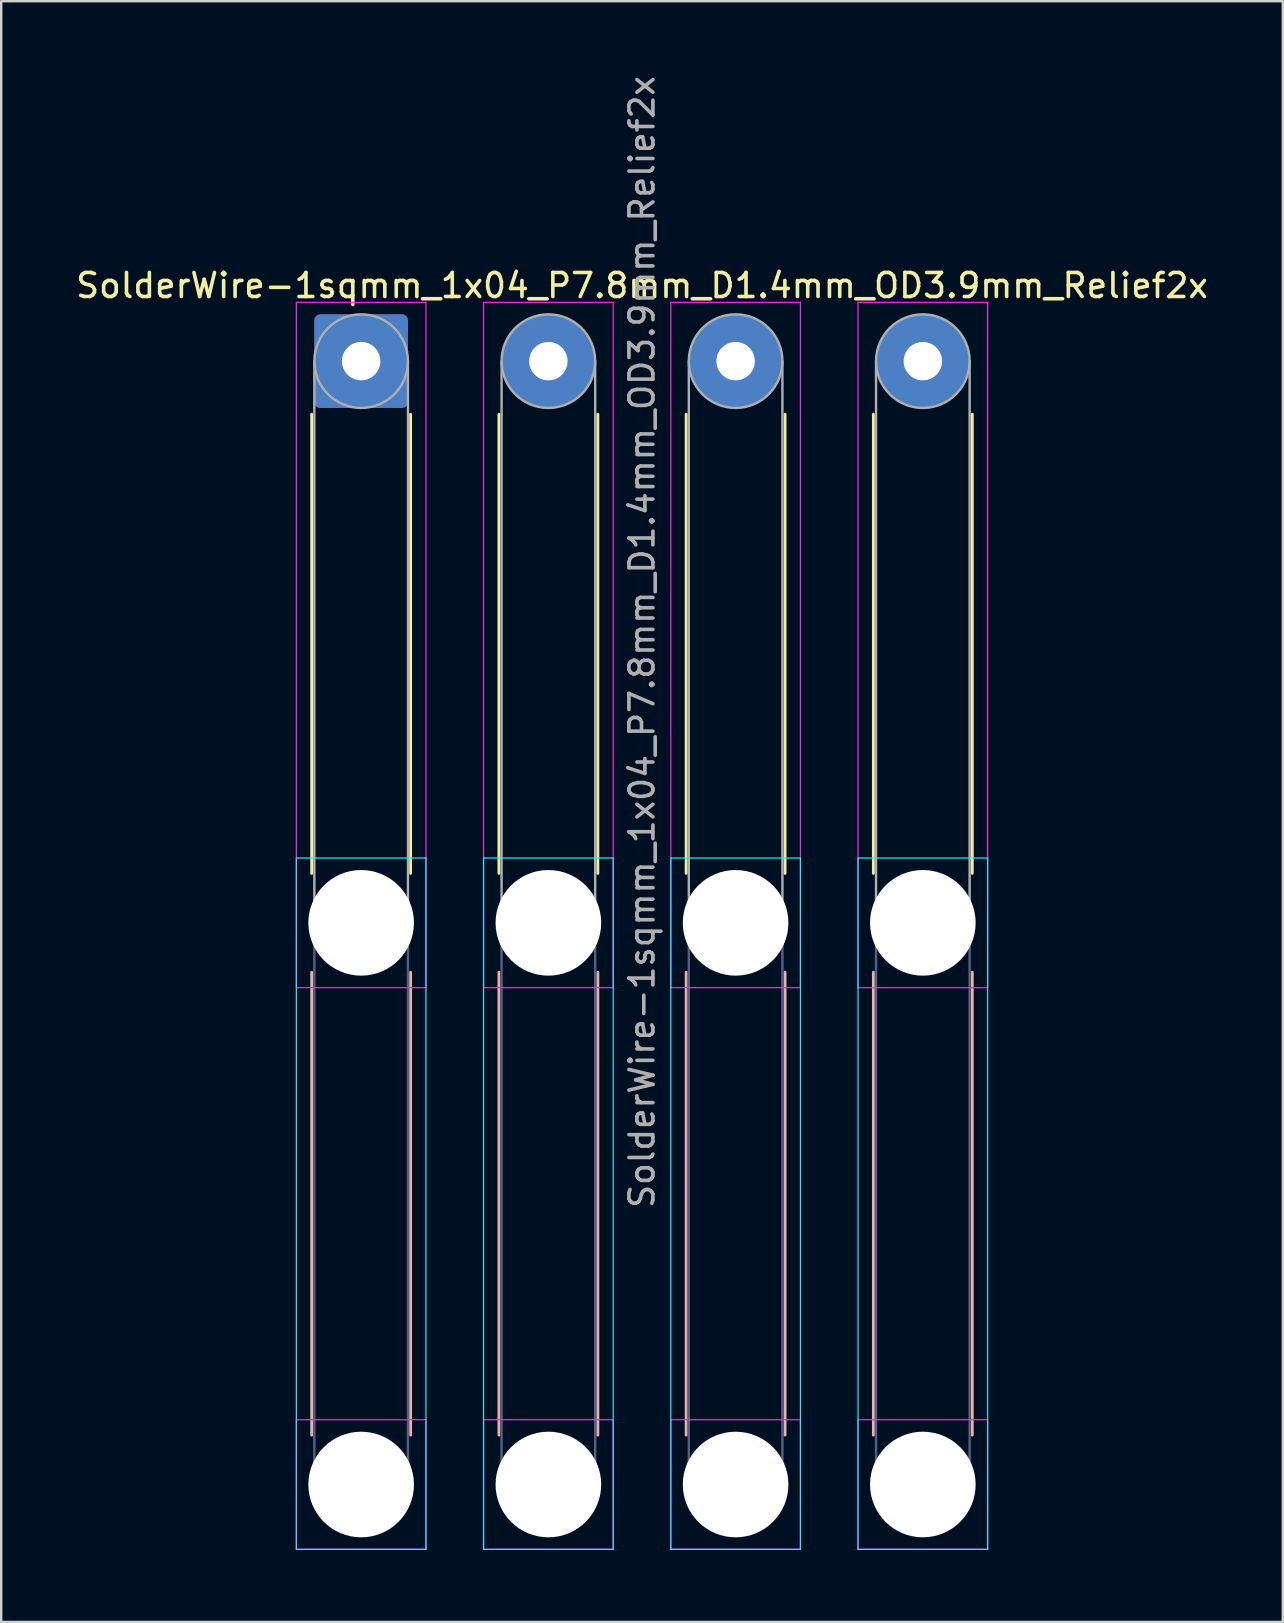
<source format=kicad_pcb>
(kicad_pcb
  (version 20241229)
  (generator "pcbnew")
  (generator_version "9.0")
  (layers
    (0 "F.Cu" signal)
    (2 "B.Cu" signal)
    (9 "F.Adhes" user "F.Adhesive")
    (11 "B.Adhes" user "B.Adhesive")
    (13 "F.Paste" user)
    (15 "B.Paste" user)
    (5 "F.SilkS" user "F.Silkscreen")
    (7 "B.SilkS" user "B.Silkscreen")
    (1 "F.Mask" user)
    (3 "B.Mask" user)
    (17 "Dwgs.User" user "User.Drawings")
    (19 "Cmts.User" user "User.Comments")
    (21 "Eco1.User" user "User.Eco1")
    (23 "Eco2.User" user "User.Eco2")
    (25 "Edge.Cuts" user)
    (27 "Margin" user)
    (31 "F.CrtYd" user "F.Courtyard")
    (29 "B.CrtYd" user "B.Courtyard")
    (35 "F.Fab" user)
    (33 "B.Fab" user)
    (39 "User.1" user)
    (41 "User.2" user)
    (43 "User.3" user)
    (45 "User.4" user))
  (footprint "SolderWire-1sqmm_1x04_P7.8mm_D1.4mm_OD3.9mm_Relief2x"
    (layer "F.Cu")
    (at 11.996 11.996)
    (property "Reference" "SolderWire-1sqmm_1x04_P7.8mm_D1.4mm_OD3.9mm_Relief2x" (at 11.7 -3.15 0) (layer "F.SilkS") (effects (font (size 1 1) (thickness 0.15))))
    (attr exclude_from_pos_files exclude_from_bom)
    (fp_line (start -2.06 2.21) (end -2.06 21.34) (stroke (width 0.12) (type solid)) (layer "F.SilkS"))
    (fp_line (start 2.06 2.21) (end 2.06 21.34) (stroke (width 0.12) (type solid)) (layer "F.SilkS"))
    (fp_line (start 5.74 2.21) (end 5.74 21.34) (stroke (width 0.12) (type solid)) (layer "F.SilkS"))
    (fp_line (start 9.86 2.21) (end 9.86 21.34) (stroke (width 0.12) (type solid)) (layer "F.SilkS"))
    (fp_line (start 13.54 2.21) (end 13.54 21.34) (stroke (width 0.12) (type solid)) (layer "F.SilkS"))
    (fp_line (start 17.66 2.21) (end 17.66 21.34) (stroke (width 0.12) (type solid)) (layer "F.SilkS"))
    (fp_line (start 21.34 2.21) (end 21.34 21.34) (stroke (width 0.12) (type solid)) (layer "F.SilkS"))
    (fp_line (start 25.46 2.21) (end 25.46 21.34) (stroke (width 0.12) (type solid)) (layer "F.SilkS"))
    (fp_line (start -2.06 25.46) (end -2.06 44.74) (stroke (width 0.12) (type solid)) (layer "B.SilkS"))
    (fp_line (start 2.06 25.46) (end 2.06 44.74) (stroke (width 0.12) (type solid)) (layer "B.SilkS"))
    (fp_line (start 5.74 25.46) (end 5.74 44.74) (stroke (width 0.12) (type solid)) (layer "B.SilkS"))
    (fp_line (start 9.86 25.46) (end 9.86 44.74) (stroke (width 0.12) (type solid)) (layer "B.SilkS"))
    (fp_line (start 13.54 25.46) (end 13.54 44.74) (stroke (width 0.12) (type solid)) (layer "B.SilkS"))
    (fp_line (start 17.66 25.46) (end 17.66 44.74) (stroke (width 0.12) (type solid)) (layer "B.SilkS"))
    (fp_line (start 21.34 25.46) (end 21.34 44.74) (stroke (width 0.12) (type solid)) (layer "B.SilkS"))
    (fp_line (start 25.46 25.46) (end 25.46 44.74) (stroke (width 0.12) (type solid)) (layer "B.SilkS"))
    (fp_line (start -2.7 20.7) (end -2.7 49.5) (stroke (width 0.05) (type solid)) (layer "B.CrtYd"))
    (fp_line (start -2.7 49.5) (end 2.7 49.5) (stroke (width 0.05) (type solid)) (layer "B.CrtYd"))
    (fp_line (start 2.7 20.7) (end -2.7 20.7) (stroke (width 0.05) (type solid)) (layer "B.CrtYd"))
    (fp_line (start 2.7 49.5) (end 2.7 20.7) (stroke (width 0.05) (type solid)) (layer "B.CrtYd"))
    (fp_line (start 5.1 20.7) (end 5.1 49.5) (stroke (width 0.05) (type solid)) (layer "B.CrtYd"))
    (fp_line (start 5.1 49.5) (end 10.5 49.5) (stroke (width 0.05) (type solid)) (layer "B.CrtYd"))
    (fp_line (start 10.5 20.7) (end 5.1 20.7) (stroke (width 0.05) (type solid)) (layer "B.CrtYd"))
    (fp_line (start 10.5 49.5) (end 10.5 20.7) (stroke (width 0.05) (type solid)) (layer "B.CrtYd"))
    (fp_line (start 12.9 20.7) (end 12.9 49.5) (stroke (width 0.05) (type solid)) (layer "B.CrtYd"))
    (fp_line (start 12.9 49.5) (end 18.3 49.5) (stroke (width 0.05) (type solid)) (layer "B.CrtYd"))
    (fp_line (start 18.3 20.7) (end 12.9 20.7) (stroke (width 0.05) (type solid)) (layer "B.CrtYd"))
    (fp_line (start 18.3 49.5) (end 18.3 20.7) (stroke (width 0.05) (type solid)) (layer "B.CrtYd"))
    (fp_line (start 20.7 20.7) (end 20.7 49.5) (stroke (width 0.05) (type solid)) (layer "B.CrtYd"))
    (fp_line (start 20.7 49.5) (end 26.1 49.5) (stroke (width 0.05) (type solid)) (layer "B.CrtYd"))
    (fp_line (start 26.1 20.7) (end 20.7 20.7) (stroke (width 0.05) (type solid)) (layer "B.CrtYd"))
    (fp_line (start 26.1 49.5) (end 26.1 20.7) (stroke (width 0.05) (type solid)) (layer "B.CrtYd"))
    (fp_line (start -2.7 -2.45) (end -2.7 26.1) (stroke (width 0.05) (type solid)) (layer "F.CrtYd"))
    (fp_line (start -2.7 26.1) (end 2.7 26.1) (stroke (width 0.05) (type solid)) (layer "F.CrtYd"))
    (fp_line (start -2.7 44.1) (end -2.7 49.5) (stroke (width 0.05) (type solid)) (layer "F.CrtYd"))
    (fp_line (start -2.7 49.5) (end 2.7 49.5) (stroke (width 0.05) (type solid)) (layer "F.CrtYd"))
    (fp_line (start 2.7 -2.45) (end -2.7 -2.45) (stroke (width 0.05) (type solid)) (layer "F.CrtYd"))
    (fp_line (start 2.7 26.1) (end 2.7 -2.45) (stroke (width 0.05) (type solid)) (layer "F.CrtYd"))
    (fp_line (start 2.7 44.1) (end -2.7 44.1) (stroke (width 0.05) (type solid)) (layer "F.CrtYd"))
    (fp_line (start 2.7 49.5) (end 2.7 44.1) (stroke (width 0.05) (type solid)) (layer "F.CrtYd"))
    (fp_line (start 5.1 -2.45) (end 5.1 26.1) (stroke (width 0.05) (type solid)) (layer "F.CrtYd"))
    (fp_line (start 5.1 26.1) (end 10.5 26.1) (stroke (width 0.05) (type solid)) (layer "F.CrtYd"))
    (fp_line (start 5.1 44.1) (end 5.1 49.5) (stroke (width 0.05) (type solid)) (layer "F.CrtYd"))
    (fp_line (start 5.1 49.5) (end 10.5 49.5) (stroke (width 0.05) (type solid)) (layer "F.CrtYd"))
    (fp_line (start 10.5 -2.45) (end 5.1 -2.45) (stroke (width 0.05) (type solid)) (layer "F.CrtYd"))
    (fp_line (start 10.5 26.1) (end 10.5 -2.45) (stroke (width 0.05) (type solid)) (layer "F.CrtYd"))
    (fp_line (start 10.5 44.1) (end 5.1 44.1) (stroke (width 0.05) (type solid)) (layer "F.CrtYd"))
    (fp_line (start 10.5 49.5) (end 10.5 44.1) (stroke (width 0.05) (type solid)) (layer "F.CrtYd"))
    (fp_line (start 12.9 -2.45) (end 12.9 26.1) (stroke (width 0.05) (type solid)) (layer "F.CrtYd"))
    (fp_line (start 12.9 26.1) (end 18.3 26.1) (stroke (width 0.05) (type solid)) (layer "F.CrtYd"))
    (fp_line (start 12.9 44.1) (end 12.9 49.5) (stroke (width 0.05) (type solid)) (layer "F.CrtYd"))
    (fp_line (start 12.9 49.5) (end 18.3 49.5) (stroke (width 0.05) (type solid)) (layer "F.CrtYd"))
    (fp_line (start 18.3 -2.45) (end 12.9 -2.45) (stroke (width 0.05) (type solid)) (layer "F.CrtYd"))
    (fp_line (start 18.3 26.1) (end 18.3 -2.45) (stroke (width 0.05) (type solid)) (layer "F.CrtYd"))
    (fp_line (start 18.3 44.1) (end 12.9 44.1) (stroke (width 0.05) (type solid)) (layer "F.CrtYd"))
    (fp_line (start 18.3 49.5) (end 18.3 44.1) (stroke (width 0.05) (type solid)) (layer "F.CrtYd"))
    (fp_line (start 20.7 -2.45) (end 20.7 26.1) (stroke (width 0.05) (type solid)) (layer "F.CrtYd"))
    (fp_line (start 20.7 26.1) (end 26.1 26.1) (stroke (width 0.05) (type solid)) (layer "F.CrtYd"))
    (fp_line (start 20.7 44.1) (end 20.7 49.5) (stroke (width 0.05) (type solid)) (layer "F.CrtYd"))
    (fp_line (start 20.7 49.5) (end 26.1 49.5) (stroke (width 0.05) (type solid)) (layer "F.CrtYd"))
    (fp_line (start 26.1 -2.45) (end 20.7 -2.45) (stroke (width 0.05) (type solid)) (layer "F.CrtYd"))
    (fp_line (start 26.1 26.1) (end 26.1 -2.45) (stroke (width 0.05) (type solid)) (layer "F.CrtYd"))
    (fp_line (start 26.1 44.1) (end 20.7 44.1) (stroke (width 0.05) (type solid)) (layer "F.CrtYd"))
    (fp_line (start 26.1 49.5) (end 26.1 44.1) (stroke (width 0.05) (type solid)) (layer "F.CrtYd"))
    (fp_line (start -1.95 23.4) (end -1.95 46.8) (stroke (width 0.1) (type solid)) (layer "B.Fab"))
    (fp_line (start 1.95 23.4) (end 1.95 46.8) (stroke (width 0.1) (type solid)) (layer "B.Fab"))
    (fp_line (start 5.85 23.4) (end 5.85 46.8) (stroke (width 0.1) (type solid)) (layer "B.Fab"))
    (fp_line (start 9.75 23.4) (end 9.75 46.8) (stroke (width 0.1) (type solid)) (layer "B.Fab"))
    (fp_line (start 13.65 23.4) (end 13.65 46.8) (stroke (width 0.1) (type solid)) (layer "B.Fab"))
    (fp_line (start 17.55 23.4) (end 17.55 46.8) (stroke (width 0.1) (type solid)) (layer "B.Fab"))
    (fp_line (start 21.45 23.4) (end 21.45 46.8) (stroke (width 0.1) (type solid)) (layer "B.Fab"))
    (fp_line (start 25.35 23.4) (end 25.35 46.8) (stroke (width 0.1) (type solid)) (layer "B.Fab"))
    (fp_circle (center 0 23.4) (end 1.95 23.4) (stroke (width 0.1) (type solid)) (fill no) (layer "B.Fab"))
    (fp_circle (center 0 46.8) (end 1.95 46.8) (stroke (width 0.1) (type solid)) (fill no) (layer "B.Fab"))
    (fp_circle (center 7.8 23.4) (end 9.75 23.4) (stroke (width 0.1) (type solid)) (fill no) (layer "B.Fab"))
    (fp_circle (center 7.8 46.8) (end 9.75 46.8) (stroke (width 0.1) (type solid)) (fill no) (layer "B.Fab"))
    (fp_circle (center 15.6 23.4) (end 17.55 23.4) (stroke (width 0.1) (type solid)) (fill no) (layer "B.Fab"))
    (fp_circle (center 15.6 46.8) (end 17.55 46.8) (stroke (width 0.1) (type solid)) (fill no) (layer "B.Fab"))
    (fp_circle (center 23.4 23.4) (end 25.35 23.4) (stroke (width 0.1) (type solid)) (fill no) (layer "B.Fab"))
    (fp_circle (center 23.4 46.8) (end 25.35 46.8) (stroke (width 0.1) (type solid)) (fill no) (layer "B.Fab"))
    (fp_line (start -1.95 0) (end -1.95 23.4) (stroke (width 0.1) (type solid)) (layer "F.Fab"))
    (fp_line (start 1.95 0) (end 1.95 23.4) (stroke (width 0.1) (type solid)) (layer "F.Fab"))
    (fp_line (start 5.85 0) (end 5.85 23.4) (stroke (width 0.1) (type solid)) (layer "F.Fab"))
    (fp_line (start 9.75 0) (end 9.75 23.4) (stroke (width 0.1) (type solid)) (layer "F.Fab"))
    (fp_line (start 13.65 0) (end 13.65 23.4) (stroke (width 0.1) (type solid)) (layer "F.Fab"))
    (fp_line (start 17.55 0) (end 17.55 23.4) (stroke (width 0.1) (type solid)) (layer "F.Fab"))
    (fp_line (start 21.45 0) (end 21.45 23.4) (stroke (width 0.1) (type solid)) (layer "F.Fab"))
    (fp_line (start 25.35 0) (end 25.35 23.4) (stroke (width 0.1) (type solid)) (layer "F.Fab"))
    (fp_circle (center 0 0) (end 1.95 0) (stroke (width 0.1) (type solid)) (fill no) (layer "F.Fab"))
    (fp_circle (center 0 23.4) (end 1.95 23.4) (stroke (width 0.1) (type solid)) (fill no) (layer "F.Fab"))
    (fp_circle (center 0 46.8) (end 1.95 46.8) (stroke (width 0.1) (type solid)) (fill no) (layer "F.Fab"))
    (fp_circle (center 7.8 0) (end 9.75 0) (stroke (width 0.1) (type solid)) (fill no) (layer "F.Fab"))
    (fp_circle (center 7.8 23.4) (end 9.75 23.4) (stroke (width 0.1) (type solid)) (fill no) (layer "F.Fab"))
    (fp_circle (center 7.8 46.8) (end 9.75 46.8) (stroke (width 0.1) (type solid)) (fill no) (layer "F.Fab"))
    (fp_circle (center 15.6 0) (end 17.55 0) (stroke (width 0.1) (type solid)) (fill no) (layer "F.Fab"))
    (fp_circle (center 15.6 23.4) (end 17.55 23.4) (stroke (width 0.1) (type solid)) (fill no) (layer "F.Fab"))
    (fp_circle (center 15.6 46.8) (end 17.55 46.8) (stroke (width 0.1) (type solid)) (fill no) (layer "F.Fab"))
    (fp_circle (center 23.4 0) (end 25.35 0) (stroke (width 0.1) (type solid)) (fill no) (layer "F.Fab"))
    (fp_circle (center 23.4 23.4) (end 25.35 23.4) (stroke (width 0.1) (type solid)) (fill no) (layer "F.Fab"))
    (fp_circle (center 23.4 46.8) (end 25.35 46.8) (stroke (width 0.1) (type solid)) (fill no) (layer "F.Fab"))
    (fp_text user "${REFERENCE}" (at 11.7 11.7 90) (layer "F.Fab") (effects (font (size 1 1) (thickness 0.15))))
    (pad "" np_thru_hole circle (at 0 23.4) (size 4.4 4.4) (drill 4.4) (layers "*.Cu" "*.Mask"))
    (pad "" np_thru_hole circle (at 0 46.8) (size 4.4 4.4) (drill 4.4) (layers "*.Cu" "*.Mask"))
    (pad "" np_thru_hole circle (at 7.8 23.4) (size 4.4 4.4) (drill 4.4) (layers "*.Cu" "*.Mask"))
    (pad "" np_thru_hole circle (at 7.8 46.8) (size 4.4 4.4) (drill 4.4) (layers "*.Cu" "*.Mask"))
    (pad "" np_thru_hole circle (at 15.6 23.4) (size 4.4 4.4) (drill 4.4) (layers "*.Cu" "*.Mask"))
    (pad "" np_thru_hole circle (at 15.6 46.8) (size 4.4 4.4) (drill 4.4) (layers "*.Cu" "*.Mask"))
    (pad "" np_thru_hole circle (at 23.4 23.4) (size 4.4 4.4) (drill 4.4) (layers "*.Cu" "*.Mask"))
    (pad "" np_thru_hole circle (at 23.4 46.8) (size 4.4 4.4) (drill 4.4) (layers "*.Cu" "*.Mask"))
    (pad "1" thru_hole roundrect (at 0 0) (size 3.9 3.9) (drill 1.6) (layers "*.Cu" "*.Mask") (roundrect_rratio 0.064))
    (pad "2" thru_hole circle (at 7.8 0) (size 3.9 3.9) (drill 1.6) (layers "*.Cu" "*.Mask"))
    (pad "3" thru_hole circle (at 15.6 0) (size 3.9 3.9) (drill 1.6) (layers "*.Cu" "*.Mask"))
    (pad "4" thru_hole circle (at 23.4 0) (size 3.9 3.9) (drill 1.6) (layers "*.Cu" "*.Mask")))
  (gr_rect
    (start -3 -3)
    (end 50.393 64.521)
    (stroke (width 0.1) (type default))
    (fill no)
    (layer "Edge.Cuts")))
</source>
